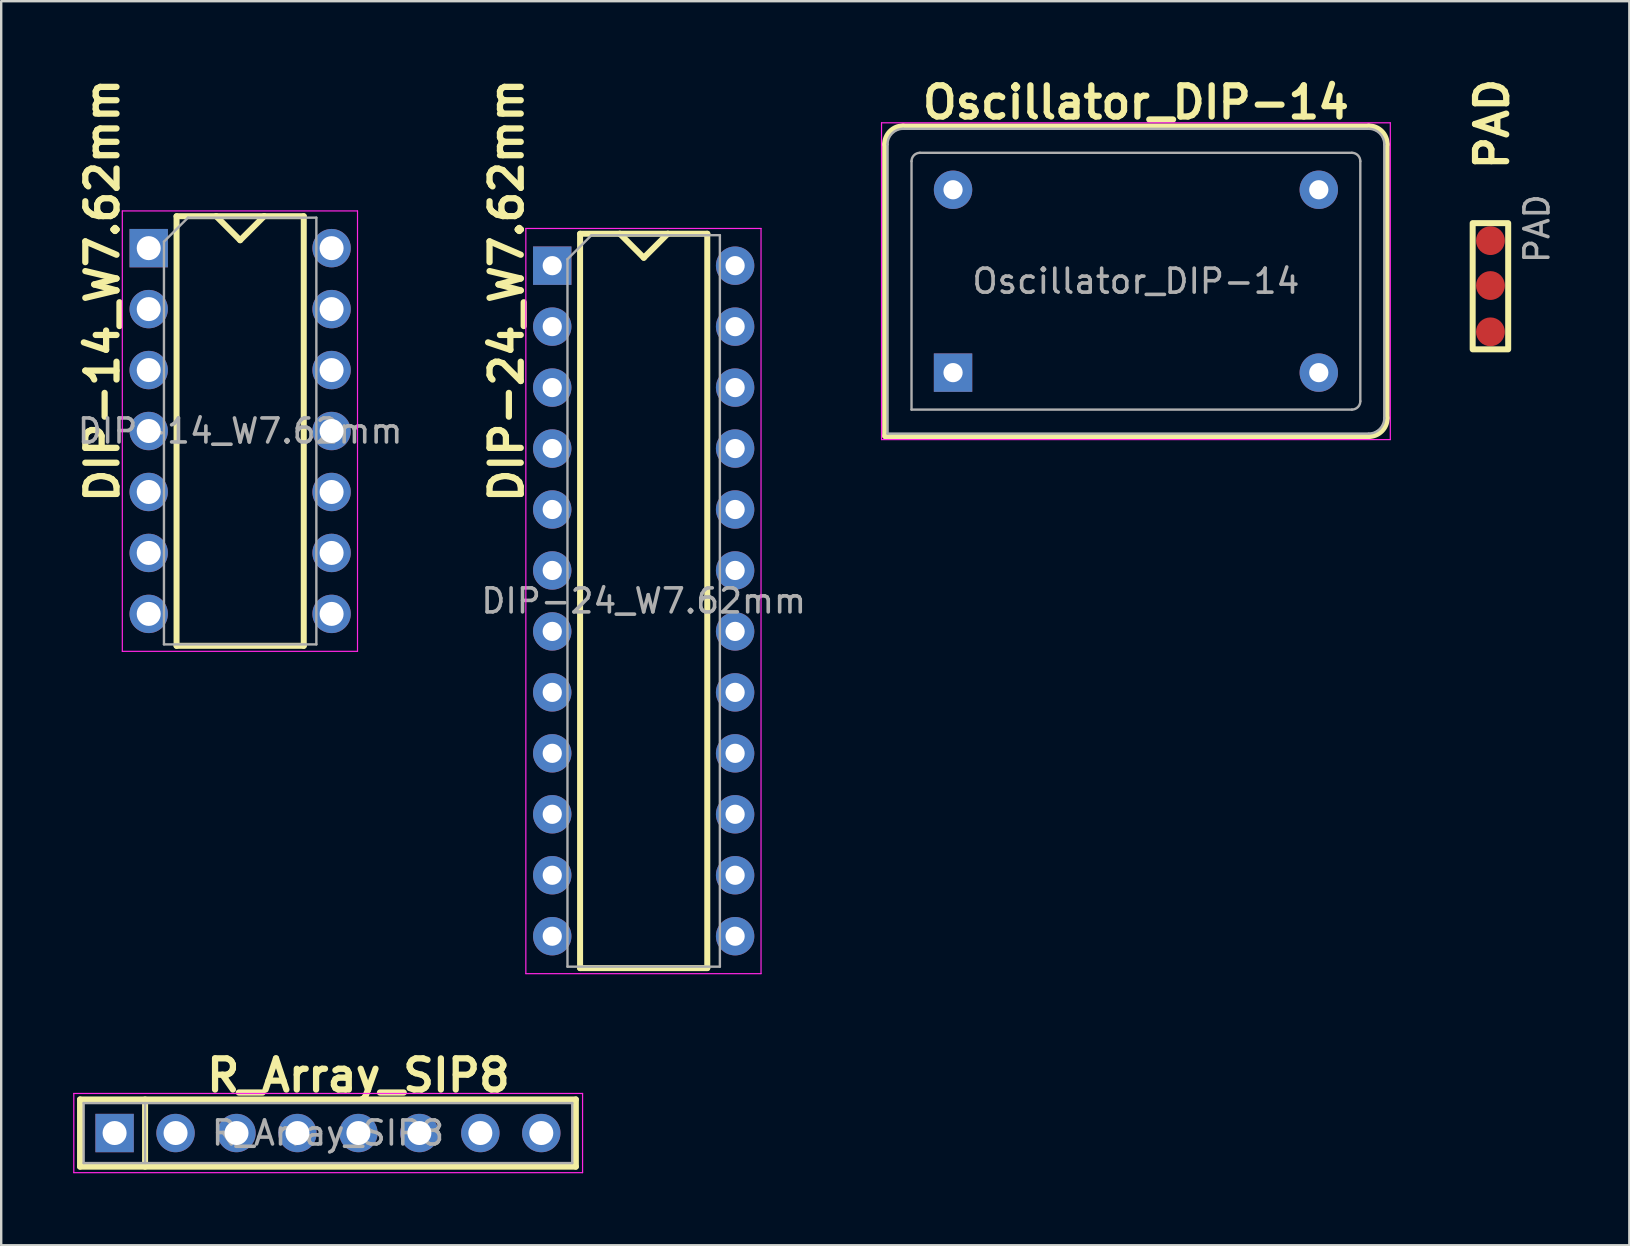
<source format=kicad_pcb>
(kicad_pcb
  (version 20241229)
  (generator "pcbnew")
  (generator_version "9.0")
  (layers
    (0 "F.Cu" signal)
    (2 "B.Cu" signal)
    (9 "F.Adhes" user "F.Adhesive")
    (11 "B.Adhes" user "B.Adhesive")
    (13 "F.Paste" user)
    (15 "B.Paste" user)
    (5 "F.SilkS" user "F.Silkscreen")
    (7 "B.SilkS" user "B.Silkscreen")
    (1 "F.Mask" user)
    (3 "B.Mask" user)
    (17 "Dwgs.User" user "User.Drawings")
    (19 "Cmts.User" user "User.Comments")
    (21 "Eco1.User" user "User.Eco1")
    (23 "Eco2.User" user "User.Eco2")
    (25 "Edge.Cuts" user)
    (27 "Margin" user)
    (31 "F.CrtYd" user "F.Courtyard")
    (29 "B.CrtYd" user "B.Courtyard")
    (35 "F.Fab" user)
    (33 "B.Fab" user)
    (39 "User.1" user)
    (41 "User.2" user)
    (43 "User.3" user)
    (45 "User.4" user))
  (footprint "DIP-24_W7.62mm"
    (layer "F.Cu")
    (at 19.961 8.02)
    (property "Reference" "DIP-24_W7.62mm" (at -1.9 1.03 270) (layer "F.SilkS") (effects (font (size 1.3 1.3) (thickness 0.26) (bold yes))))
    (attr through_hole)
    (fp_line (start 1.16 -1.33) (end 1.16 29.27) (stroke (width 0.25) (type solid)) (layer "F.SilkS"))
    (fp_line (start 1.16 29.27) (end 6.46 29.27) (stroke (width 0.25) (type solid)) (layer "F.SilkS"))
    (fp_line (start 2.815 -1.33) (end 1.165 -1.33) (stroke (width 0.25) (type solid)) (layer "F.SilkS"))
    (fp_line (start 2.815 -1.33) (end 3.815 -0.33) (stroke (width 0.25) (type default)) (layer "F.SilkS"))
    (fp_line (start 2.815 -1.33) (end 4.815 -1.33) (stroke (width 0.25) (type default)) (layer "F.SilkS"))
    (fp_line (start 4.815 -1.33) (end 3.815 -0.33) (stroke (width 0.25) (type default)) (layer "F.SilkS"))
    (fp_line (start 6.46 29.27) (end 6.46 -1.33) (stroke (width 0.25) (type solid)) (layer "F.SilkS"))
    (fp_line (start 6.465 -1.33) (end 4.815 -1.33) (stroke (width 0.25) (type solid)) (layer "F.SilkS"))
    (fp_line (start -1.1 -1.55) (end -1.1 29.5) (stroke (width 0.05) (type solid)) (layer "F.CrtYd"))
    (fp_line (start -1.1 29.5) (end 8.7 29.5) (stroke (width 0.05) (type solid)) (layer "F.CrtYd"))
    (fp_line (start 8.7 -1.55) (end -1.1 -1.55) (stroke (width 0.05) (type solid)) (layer "F.CrtYd"))
    (fp_line (start 8.7 29.5) (end 8.7 -1.55) (stroke (width 0.05) (type solid)) (layer "F.CrtYd"))
    (fp_line (start 0.635 -0.27) (end 1.635 -1.27) (stroke (width 0.1) (type solid)) (layer "F.Fab"))
    (fp_line (start 0.635 29.21) (end 0.635 -0.27) (stroke (width 0.1) (type solid)) (layer "F.Fab"))
    (fp_line (start 1.635 -1.27) (end 6.985 -1.27) (stroke (width 0.1) (type solid)) (layer "F.Fab"))
    (fp_line (start 6.985 -1.27) (end 6.985 29.21) (stroke (width 0.1) (type solid)) (layer "F.Fab"))
    (fp_line (start 6.985 29.21) (end 0.635 29.21) (stroke (width 0.1) (type solid)) (layer "F.Fab"))
    (fp_text user "${REFERENCE}" (at 3.81 13.97 180) (layer "F.Fab") (effects (font (size 1 1) (thickness 0.15))))
    (pad "1" thru_hole rect (at 0 0) (size 1.6 1.6) (drill 0.8) (layers "*.Cu" "*.Mask"))
    (pad "2" thru_hole oval (at 0 2.54) (size 1.6 1.6) (drill 0.8) (layers "*.Cu" "*.Mask"))
    (pad "3" thru_hole oval (at 0 5.08) (size 1.6 1.6) (drill 0.8) (layers "*.Cu" "*.Mask"))
    (pad "4" thru_hole oval (at 0 7.62) (size 1.6 1.6) (drill 0.8) (layers "*.Cu" "*.Mask"))
    (pad "5" thru_hole oval (at 0 10.16) (size 1.6 1.6) (drill 0.8) (layers "*.Cu" "*.Mask"))
    (pad "6" thru_hole oval (at 0 12.7) (size 1.6 1.6) (drill 0.8) (layers "*.Cu" "*.Mask"))
    (pad "7" thru_hole oval (at 0 15.24) (size 1.6 1.6) (drill 0.8) (layers "*.Cu" "*.Mask"))
    (pad "8" thru_hole oval (at 0 17.78) (size 1.6 1.6) (drill 0.8) (layers "*.Cu" "*.Mask"))
    (pad "9" thru_hole oval (at 0 20.32) (size 1.6 1.6) (drill 0.8) (layers "*.Cu" "*.Mask"))
    (pad "10" thru_hole oval (at 0 22.86) (size 1.6 1.6) (drill 0.8) (layers "*.Cu" "*.Mask"))
    (pad "11" thru_hole oval (at 0 25.4) (size 1.6 1.6) (drill 0.8) (layers "*.Cu" "*.Mask"))
    (pad "12" thru_hole oval (at 0 27.94) (size 1.6 1.6) (drill 0.8) (layers "*.Cu" "*.Mask"))
    (pad "13" thru_hole oval (at 7.62 27.94) (size 1.6 1.6) (drill 0.8) (layers "*.Cu" "*.Mask"))
    (pad "14" thru_hole oval (at 7.62 25.4) (size 1.6 1.6) (drill 0.8) (layers "*.Cu" "*.Mask"))
    (pad "15" thru_hole oval (at 7.62 22.86) (size 1.6 1.6) (drill 0.8) (layers "*.Cu" "*.Mask"))
    (pad "16" thru_hole oval (at 7.62 20.32) (size 1.6 1.6) (drill 0.8) (layers "*.Cu" "*.Mask"))
    (pad "17" thru_hole oval (at 7.62 17.78) (size 1.6 1.6) (drill 0.8) (layers "*.Cu" "*.Mask"))
    (pad "18" thru_hole oval (at 7.62 15.24) (size 1.6 1.6) (drill 0.8) (layers "*.Cu" "*.Mask"))
    (pad "19" thru_hole oval (at 7.62 12.7) (size 1.6 1.6) (drill 0.8) (layers "*.Cu" "*.Mask"))
    (pad "20" thru_hole oval (at 7.62 10.16) (size 1.6 1.6) (drill 0.8) (layers "*.Cu" "*.Mask"))
    (pad "21" thru_hole oval (at 7.62 7.62) (size 1.6 1.6) (drill 0.8) (layers "*.Cu" "*.Mask"))
    (pad "22" thru_hole oval (at 7.62 5.08) (size 1.6 1.6) (drill 0.8) (layers "*.Cu" "*.Mask"))
    (pad "23" thru_hole oval (at 7.62 2.54) (size 1.6 1.6) (drill 0.8) (layers "*.Cu" "*.Mask"))
    (pad "24" thru_hole oval (at 7.62 0) (size 1.6 1.6) (drill 0.8) (layers "*.Cu" "*.Mask")))
  (footprint "PAD"
    (layer "F.Cu")
    (at 59.044 6.977)
    (property "Reference" "PAD" (at 0.08 -4.86 90) (layer "F.SilkS") (effects (font (size 1.3 1.3) (thickness 0.26) (bold yes))))
    (attr through_hole)
    (fp_rect (start 0.75 4.53) (end -0.73 -0.73) (stroke (width 0.25) (type default)) (fill no) (layer "F.SilkS"))
    (fp_text user "${REFERENCE}" (at 1.95 -0.5 90) (layer "F.Fab") (effects (font (size 1 1) (thickness 0.15))))
    (pad "1" smd circle (at 0.01 0) (size 1.2 1.2) (layers "F.Cu" "F.Mask"))
    (pad "2" smd circle (at 0.01 1.87) (size 1.2 1.2) (layers "F.Cu" "F.Mask"))
    (pad "3" smd circle (at 0.01 3.8) (size 1.2 1.2) (layers "F.Cu" "F.Mask")))
  (footprint "Oscillator_DIP-14"
    (layer "F.Cu")
    (at 36.662 12.477)
    (property "Reference" "Oscillator_DIP-14" (at 7.62 -11.26 0) (layer "F.SilkS") (effects (font (size 1.3 1.3) (thickness 0.26) (bold yes))))
    (attr through_hole)
    (fp_line (start -2.83 -9.51) (end -2.83 2.64) (stroke (width 0.25) (type solid)) (layer "F.SilkS"))
    (fp_line (start -2.83 2.64) (end 17.32 2.64) (stroke (width 0.25) (type solid)) (layer "F.SilkS"))
    (fp_line (start 17.32 -10.26) (end -2.08 -10.26) (stroke (width 0.25) (type solid)) (layer "F.SilkS"))
    (fp_line (start 18.07 1.89) (end 18.07 -9.51) (stroke (width 0.25) (type solid)) (layer "F.SilkS"))
    (fp_arc (start -2.83 -9.51) (mid -2.61033 -10.04033) (end -2.08 -10.26) (stroke (width 0.25) (type solid)) (layer "F.SilkS"))
    (fp_arc (start 17.32 -10.26) (mid 17.85033 -10.04033) (end 18.07 -9.51) (stroke (width 0.25) (type solid)) (layer "F.SilkS"))
    (fp_arc (start 18.07 1.89) (mid 17.85033 2.42033) (end 17.32 2.64) (stroke (width 0.25) (type solid)) (layer "F.SilkS"))
    (fp_line (start -2.98 -10.41) (end -2.98 2.79) (stroke (width 0.05) (type solid)) (layer "F.CrtYd"))
    (fp_line (start -2.98 2.79) (end 18.22 2.79) (stroke (width 0.05) (type solid)) (layer "F.CrtYd"))
    (fp_line (start 18.22 -10.41) (end -2.98 -10.41) (stroke (width 0.05) (type solid)) (layer "F.CrtYd"))
    (fp_line (start 18.22 2.79) (end 18.22 -10.41) (stroke (width 0.05) (type solid)) (layer "F.CrtYd"))
    (fp_line (start -2.73 2.54) (end -2.73 -9.51) (stroke (width 0.1) (type solid)) (layer "F.Fab"))
    (fp_line (start -2.73 2.54) (end 17.32 2.54) (stroke (width 0.1) (type solid)) (layer "F.Fab"))
    (fp_line (start -2.08 -10.16) (end 17.32 -10.16) (stroke (width 0.1) (type solid)) (layer "F.Fab"))
    (fp_line (start -1.73 1.54) (end -1.73 -8.81) (stroke (width 0.1) (type solid)) (layer "F.Fab"))
    (fp_line (start -1.73 1.54) (end 16.62 1.54) (stroke (width 0.1) (type solid)) (layer "F.Fab"))
    (fp_line (start -1.38 -9.16) (end 16.62 -9.16) (stroke (width 0.1) (type solid)) (layer "F.Fab"))
    (fp_line (start 16.97 1.19) (end 16.97 -8.81) (stroke (width 0.1) (type solid)) (layer "F.Fab"))
    (fp_line (start 17.97 -9.51) (end 17.97 1.89) (stroke (width 0.1) (type solid)) (layer "F.Fab"))
    (fp_arc (start -2.73 -9.51) (mid -2.539619 -9.969619) (end -2.08 -10.16) (stroke (width 0.1) (type solid)) (layer "F.Fab"))
    (fp_arc (start -1.73 -8.81) (mid -1.627487 -9.057487) (end -1.38 -9.16) (stroke (width 0.1) (type solid)) (layer "F.Fab"))
    (fp_arc (start 16.62 -9.16) (mid 16.867487 -9.057487) (end 16.97 -8.81) (stroke (width 0.1) (type solid)) (layer "F.Fab"))
    (fp_arc (start 16.97 1.19) (mid 16.867487 1.437487) (end 16.62 1.54) (stroke (width 0.1) (type solid)) (layer "F.Fab"))
    (fp_arc (start 17.32 -10.16) (mid 17.779619 -9.969619) (end 17.97 -9.51) (stroke (width 0.1) (type solid)) (layer "F.Fab"))
    (fp_arc (start 17.97 1.89) (mid 17.779619 2.349619) (end 17.32 2.54) (stroke (width 0.1) (type solid)) (layer "F.Fab"))
    (fp_text user "${REFERENCE}" (at 7.62 -3.81 0) (layer "F.Fab") (effects (font (size 1 1) (thickness 0.15))))
    (pad "1" thru_hole rect (at 0 0) (size 1.6 1.6) (drill 0.8) (layers "*.Cu" "*.Mask"))
    (pad "7" thru_hole circle (at 15.24 0) (size 1.6 1.6) (drill 0.8) (layers "*.Cu" "*.Mask"))
    (pad "8" thru_hole circle (at 15.24 -7.62) (size 1.6 1.6) (drill 0.8) (layers "*.Cu" "*.Mask"))
    (pad "14" thru_hole circle (at 0 -7.62) (size 1.6 1.6) (drill 0.8) (layers "*.Cu" "*.Mask")))
  (footprint "R_Array_SIP8"
    (layer "F.Cu")
    (at 1.725 44.162)
    (property "Reference" "R_Array_SIP8" (at 10.16 -2.4 180) (layer "F.SilkS") (effects (font (size 1.3 1.3) (thickness 0.26) (bold yes))))
    (attr through_hole)
    (fp_line (start -1.44 -1.4) (end -1.44 1.4) (stroke (width 0.25) (type solid)) (layer "F.SilkS"))
    (fp_line (start -1.44 1.4) (end 19.22 1.4) (stroke (width 0.25) (type solid)) (layer "F.SilkS"))
    (fp_line (start 1.27 -1.4) (end 1.27 1.4) (stroke (width 0.25) (type solid)) (layer "F.SilkS"))
    (fp_line (start 19.22 -1.4) (end -1.44 -1.4) (stroke (width 0.25) (type solid)) (layer "F.SilkS"))
    (fp_line (start 19.22 1.4) (end 19.22 -1.4) (stroke (width 0.25) (type solid)) (layer "F.SilkS"))
    (fp_line (start -1.7 -1.65) (end -1.7 1.65) (stroke (width 0.05) (type solid)) (layer "F.CrtYd"))
    (fp_line (start -1.7 1.65) (end 19.5 1.65) (stroke (width 0.05) (type solid)) (layer "F.CrtYd"))
    (fp_line (start 19.5 -1.65) (end -1.7 -1.65) (stroke (width 0.05) (type solid)) (layer "F.CrtYd"))
    (fp_line (start 19.5 1.65) (end 19.5 -1.65) (stroke (width 0.05) (type solid)) (layer "F.CrtYd"))
    (fp_line (start -1.29 -1.25) (end -1.29 1.25) (stroke (width 0.1) (type solid)) (layer "F.Fab"))
    (fp_line (start -1.29 1.25) (end 19.07 1.25) (stroke (width 0.1) (type solid)) (layer "F.Fab"))
    (fp_line (start 1.27 -1.25) (end 1.27 1.25) (stroke (width 0.1) (type solid)) (layer "F.Fab"))
    (fp_line (start 19.07 -1.25) (end -1.29 -1.25) (stroke (width 0.1) (type solid)) (layer "F.Fab"))
    (fp_line (start 19.07 1.25) (end 19.07 -1.25) (stroke (width 0.1) (type solid)) (layer "F.Fab"))
    (fp_text user "${REFERENCE}" (at 8.89 0 180) (layer "F.Fab") (effects (font (size 1 1) (thickness 0.15))))
    (pad "1" thru_hole rect (at 0 0) (size 1.6 1.6) (drill 1) (layers "*.Cu" "*.Mask"))
    (pad "2" thru_hole oval (at 2.54 0) (size 1.6 1.6) (drill 1) (layers "*.Cu" "*.Mask"))
    (pad "3" thru_hole oval (at 5.08 0) (size 1.6 1.6) (drill 1) (layers "*.Cu" "*.Mask"))
    (pad "4" thru_hole oval (at 7.62 0) (size 1.6 1.6) (drill 1) (layers "*.Cu" "*.Mask"))
    (pad "5" thru_hole oval (at 10.16 0) (size 1.6 1.6) (drill 1) (layers "*.Cu" "*.Mask"))
    (pad "6" thru_hole oval (at 12.7 0) (size 1.6 1.6) (drill 1) (layers "*.Cu" "*.Mask"))
    (pad "7" thru_hole oval (at 15.24 0) (size 1.6 1.6) (drill 1) (layers "*.Cu" "*.Mask"))
    (pad "8" thru_hole oval (at 17.78 0) (size 1.6 1.6) (drill 1) (layers "*.Cu" "*.Mask")))
  (footprint "DIP-14_W7.62mm"
    (layer "F.Cu")
    (at 3.127 7.3)
    (property "Reference" "DIP-14_W7.62mm" (at -1.91 1.75 270) (layer "F.SilkS") (effects (font (size 1.3 1.3) (thickness 0.26) (bold yes))))
    (attr through_hole)
    (fp_line (start 1.18 -1.34) (end 1.18 16.56) (stroke (width 0.25) (type solid)) (layer "F.SilkS"))
    (fp_line (start 1.18 16.56) (end 6.48 16.56) (stroke (width 0.25) (type solid)) (layer "F.SilkS"))
    (fp_line (start 2.83 -1.34) (end 1.18 -1.34) (stroke (width 0.25) (type solid)) (layer "F.SilkS"))
    (fp_line (start 2.83 -1.34) (end 3.83 -0.34) (stroke (width 0.25) (type default)) (layer "F.SilkS"))
    (fp_line (start 2.83 -1.34) (end 4.83 -1.34) (stroke (width 0.25) (type default)) (layer "F.SilkS"))
    (fp_line (start 4.83 -1.34) (end 3.83 -0.34) (stroke (width 0.25) (type default)) (layer "F.SilkS"))
    (fp_line (start 6.48 -1.34) (end 4.83 -1.34) (stroke (width 0.25) (type solid)) (layer "F.SilkS"))
    (fp_line (start 6.48 16.56) (end 6.48 -1.34) (stroke (width 0.25) (type solid)) (layer "F.SilkS"))
    (fp_line (start -1.08 -1.56) (end -1.08 16.79) (stroke (width 0.05) (type solid)) (layer "F.CrtYd"))
    (fp_line (start -1.08 16.79) (end 8.72 16.79) (stroke (width 0.05) (type solid)) (layer "F.CrtYd"))
    (fp_line (start 8.72 -1.56) (end -1.08 -1.56) (stroke (width 0.05) (type solid)) (layer "F.CrtYd"))
    (fp_line (start 8.72 16.79) (end 8.72 -1.56) (stroke (width 0.05) (type solid)) (layer "F.CrtYd"))
    (fp_line (start 0.655 -0.28) (end 1.655 -1.28) (stroke (width 0.1) (type solid)) (layer "F.Fab"))
    (fp_line (start 0.655 16.5) (end 0.655 -0.28) (stroke (width 0.1) (type solid)) (layer "F.Fab"))
    (fp_line (start 1.655 -1.28) (end 7.005 -1.28) (stroke (width 0.1) (type solid)) (layer "F.Fab"))
    (fp_line (start 7.005 -1.28) (end 7.005 16.5) (stroke (width 0.1) (type solid)) (layer "F.Fab"))
    (fp_line (start 7.005 16.5) (end 0.655 16.5) (stroke (width 0.1) (type solid)) (layer "F.Fab"))
    (fp_text user "${REFERENCE}" (at 3.83 7.61 180) (layer "F.Fab") (effects (font (size 1 1) (thickness 0.15))))
    (pad "1" thru_hole rect (at 0.02 -0.01) (size 1.6 1.6) (drill 1) (layers "*.Cu" "*.Mask"))
    (pad "2" thru_hole oval (at 0.02 2.53) (size 1.6 1.6) (drill 1) (layers "*.Cu" "*.Mask"))
    (pad "3" thru_hole oval (at 0.02 5.07) (size 1.6 1.6) (drill 1) (layers "*.Cu" "*.Mask"))
    (pad "4" thru_hole oval (at 0.02 7.61) (size 1.6 1.6) (drill 1) (layers "*.Cu" "*.Mask"))
    (pad "5" thru_hole oval (at 0.02 10.15) (size 1.6 1.6) (drill 1) (layers "*.Cu" "*.Mask"))
    (pad "6" thru_hole oval (at 0.02 12.69) (size 1.6 1.6) (drill 1) (layers "*.Cu" "*.Mask"))
    (pad "7" thru_hole oval (at 0.02 15.23) (size 1.6 1.6) (drill 1) (layers "*.Cu" "*.Mask"))
    (pad "8" thru_hole oval (at 7.64 15.23) (size 1.6 1.6) (drill 1) (layers "*.Cu" "*.Mask"))
    (pad "9" thru_hole oval (at 7.64 12.69) (size 1.6 1.6) (drill 1) (layers "*.Cu" "*.Mask"))
    (pad "10" thru_hole oval (at 7.64 10.15) (size 1.6 1.6) (drill 1) (layers "*.Cu" "*.Mask"))
    (pad "11" thru_hole oval (at 7.64 7.61) (size 1.6 1.6) (drill 1) (layers "*.Cu" "*.Mask"))
    (pad "12" thru_hole oval (at 7.64 5.07) (size 1.6 1.6) (drill 1) (layers "*.Cu" "*.Mask"))
    (pad "13" thru_hole oval (at 7.64 2.53) (size 1.6 1.6) (drill 1) (layers "*.Cu" "*.Mask"))
    (pad "14" thru_hole oval (at 7.64 -0.01) (size 1.6 1.6) (drill 1) (layers "*.Cu" "*.Mask")))
  (gr_rect
    (start -3 -3)
    (end 64.842 48.837)
    (stroke (width 0.1) (type default))
    (fill no)
    (layer "Edge.Cuts")))
</source>
